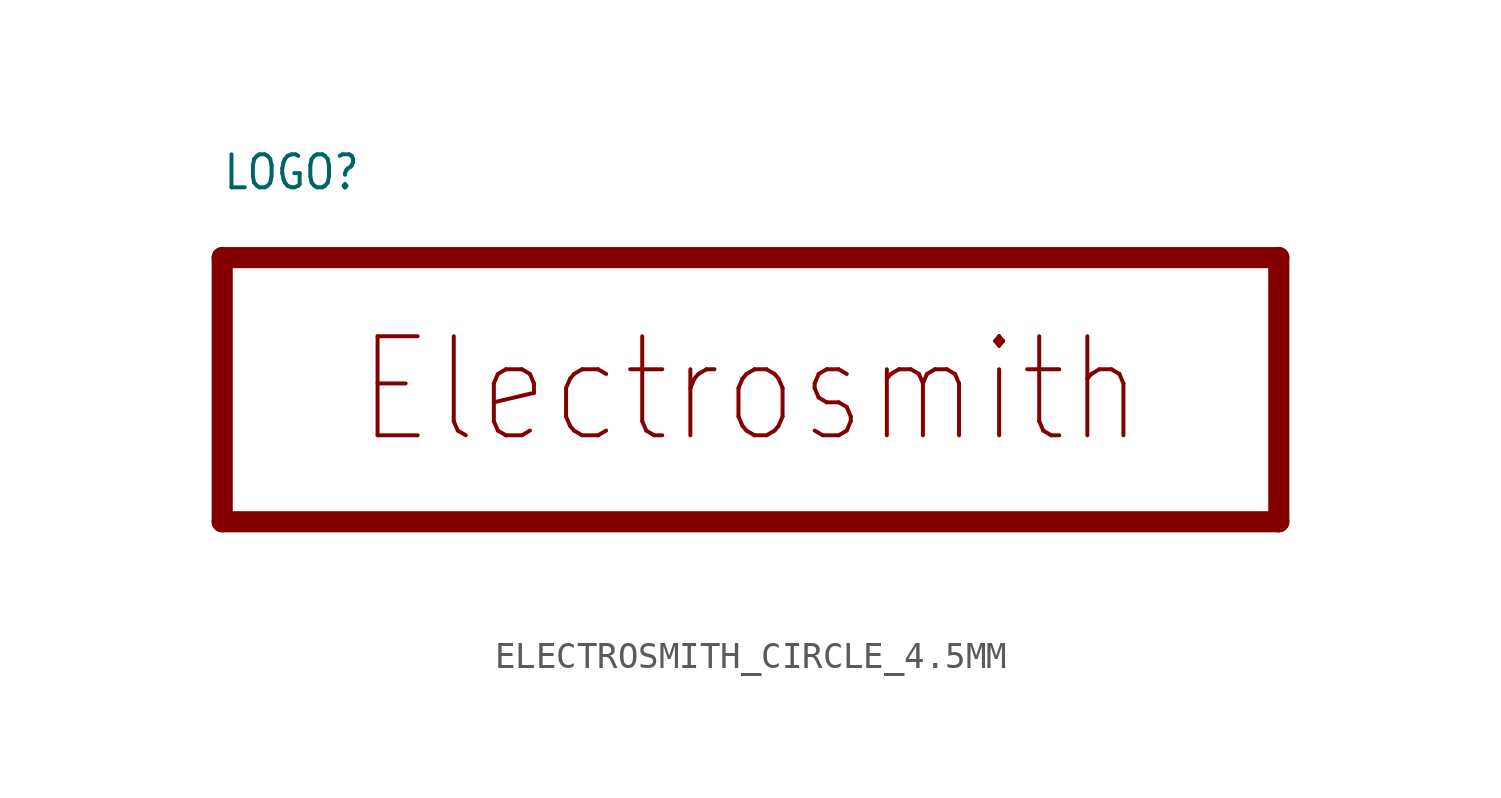
<source format=kicad_sym>
(kicad_symbol_lib
  (version 20231120)
  (generator "kicad_symbol_editor")
  (generator_version "8.0")
  (symbol "ELECTROSMITH_CIRCLE_4.5MM"
    (property "Reference" "LOGO"
      (at -20.32 7.62 0)
      (effects (font (size 1.27 1.079)) (justify left bottom)))
    (property "Value" ""
      (at -20.32 -7.62 0)
      (effects (font (size 1.27 1.079)) (justify left bottom)))
    (property "ki_locked" ""
      (at 0 0 0)
      (effects (font (size 1.27 1.27))))
    (symbol "ELECTROSMITH_CIRCLE_4.5MM_1_0"
      (polyline (pts (xy -20.32 -5.08) (xy -20.32 5.08)) (stroke (width 0.813) (type solid)) (fill (type none)))
      (polyline (pts (xy -20.32 5.08) (xy 20.32 5.08)) (stroke (width 0.813) (type solid)) (fill (type none)))
      (polyline (pts (xy 20.32 -5.08) (xy -20.32 -5.08)) (stroke (width 0.813) (type solid)) (fill (type none)))
      (polyline (pts (xy 20.32 5.08) (xy 20.32 -5.08)) (stroke (width 0.813) (type solid)) (fill (type none)))
      (text "Electrosmith" (at 0 0 0) (effects (font (size 3.81 3.239)))))))
</source>
